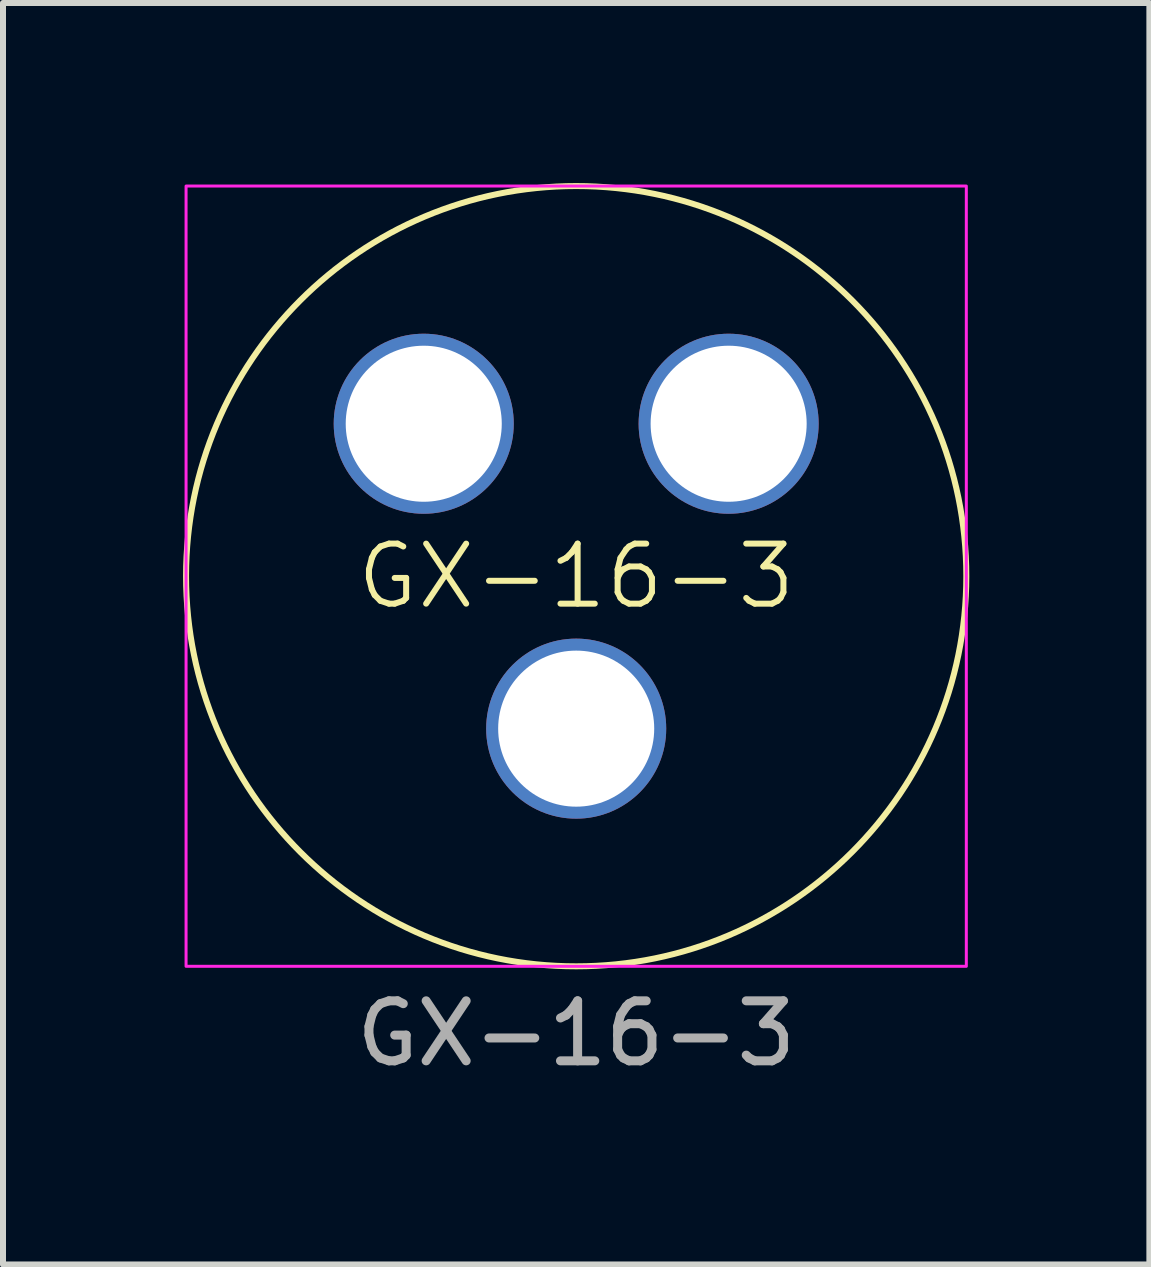
<source format=kicad_pcb>
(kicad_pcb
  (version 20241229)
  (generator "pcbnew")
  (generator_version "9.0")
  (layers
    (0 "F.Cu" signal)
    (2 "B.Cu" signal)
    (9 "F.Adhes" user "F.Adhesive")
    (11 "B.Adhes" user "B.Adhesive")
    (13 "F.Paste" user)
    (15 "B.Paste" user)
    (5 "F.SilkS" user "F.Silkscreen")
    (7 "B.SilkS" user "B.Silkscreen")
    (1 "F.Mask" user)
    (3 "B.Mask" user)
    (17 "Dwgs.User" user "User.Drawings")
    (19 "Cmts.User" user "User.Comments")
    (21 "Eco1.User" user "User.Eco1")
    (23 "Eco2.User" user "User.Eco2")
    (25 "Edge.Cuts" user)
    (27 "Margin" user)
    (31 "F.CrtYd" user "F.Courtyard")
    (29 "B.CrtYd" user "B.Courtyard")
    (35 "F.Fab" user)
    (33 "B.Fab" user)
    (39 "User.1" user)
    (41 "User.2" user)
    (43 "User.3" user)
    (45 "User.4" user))
  (footprint "GX-16-3"
    (layer "F.Cu")
    (at 6.55 6.55)
    (property "Reference" "GX-16-3" (at 0 0 0) (unlocked yes) (layer "F.SilkS") (effects (font (size 1 1) (thickness 0.1))))
    (attr smd)
    (fp_circle (center 0 0) (end 6.5 0) (stroke (width 0.1) (type default)) (fill no) (layer "F.SilkS"))
    (fp_rect (start -6.5 6.5) (end 6.5 -6.5) (stroke (width 0.05) (type default)) (fill no) (layer "F.CrtYd"))
    (fp_text user "${REFERENCE}" (at 0 7.62 0) (unlocked yes) (layer "F.Fab") (effects (font (size 1 1) (thickness 0.15))))
    (pad "1" thru_hole circle (at -2.54 -2.54) (size 3 3) (drill 2.6) (layers "*.Cu" "*.Mask"))
    (pad "2" thru_hole circle (at 2.54 -2.54) (size 3 3) (drill 2.6) (layers "*.Cu" "*.Mask"))
    (pad "3" thru_hole circle (at 0 2.54) (size 3 3) (drill 2.6) (layers "*.Cu" "*.Mask")))
  (gr_rect
    (start -3 -3)
    (end 16.1 18.018)
    (stroke (width 0.1) (type default))
    (fill no)
    (layer "Edge.Cuts")))
</source>
